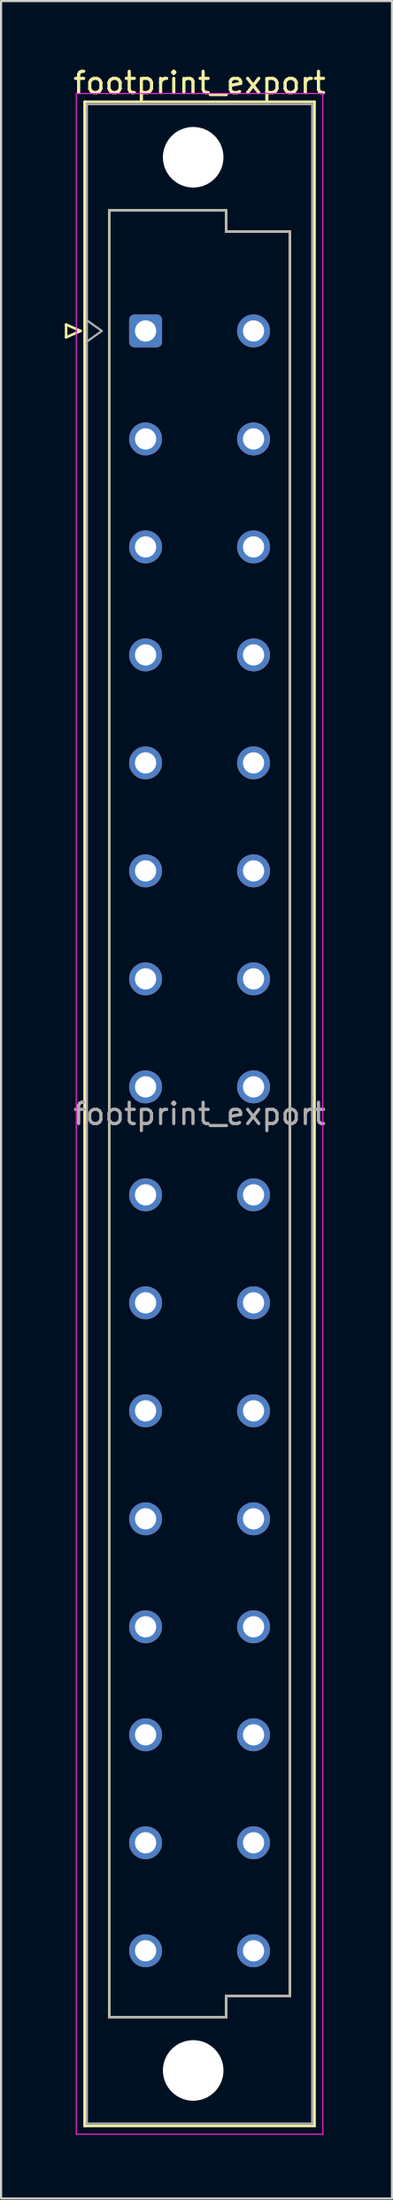
<source format=kicad_pcb>
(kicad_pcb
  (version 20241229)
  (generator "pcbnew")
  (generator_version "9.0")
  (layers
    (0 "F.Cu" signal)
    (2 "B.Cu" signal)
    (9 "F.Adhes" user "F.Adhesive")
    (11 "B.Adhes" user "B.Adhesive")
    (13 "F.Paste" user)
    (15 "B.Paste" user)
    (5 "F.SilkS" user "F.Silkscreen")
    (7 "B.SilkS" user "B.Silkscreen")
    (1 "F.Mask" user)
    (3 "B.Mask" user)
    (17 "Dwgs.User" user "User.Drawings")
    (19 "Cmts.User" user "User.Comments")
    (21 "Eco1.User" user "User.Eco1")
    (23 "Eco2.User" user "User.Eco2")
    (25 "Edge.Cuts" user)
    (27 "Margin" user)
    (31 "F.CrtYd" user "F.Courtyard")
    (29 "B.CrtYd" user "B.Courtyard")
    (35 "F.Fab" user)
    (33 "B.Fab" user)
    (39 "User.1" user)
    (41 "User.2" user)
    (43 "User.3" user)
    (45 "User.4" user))
  (footprint "footprint_export"
    (layer "F.Cu")
    (at 3.8 9.978)
    (property "Reference" "footprint_export" (at 2.54 -9.13 0) (layer "F.SilkS") (effects (font (size 1 1) (thickness 0.15))))
    (attr through_hole)
    (fp_line (start -3.74 2.24) (end -3.74 2.84) (stroke (width 0.12) (type solid)) (layer "F.SilkS"))
    (fp_line (start -3.74 2.84) (end -3.06 2.54) (stroke (width 0.12) (type solid)) (layer "F.SilkS"))
    (fp_line (start -3.06 2.54) (end -3.74 2.24) (stroke (width 0.12) (type solid)) (layer "F.SilkS"))
    (fp_line (start -2.87 -8.24) (end 7.95 -8.24) (stroke (width 0.12) (type solid)) (layer "F.SilkS"))
    (fp_line (start -2.87 86.98) (end -2.87 -8.24) (stroke (width 0.12) (type solid)) (layer "F.SilkS"))
    (fp_line (start -1.71 -3.131) (end 3.79 -3.131) (stroke (width 0.12) (type solid)) (layer "F.SilkS"))
    (fp_line (start -1.71 81.87) (end -1.71 -3.131) (stroke (width 0.12) (type solid)) (layer "F.SilkS"))
    (fp_line (start 3.79 -3.131) (end 3.79 -2.131) (stroke (width 0.12) (type solid)) (layer "F.SilkS"))
    (fp_line (start 3.79 -2.131) (end 6.79 -2.131) (stroke (width 0.12) (type solid)) (layer "F.SilkS"))
    (fp_line (start 3.79 80.87) (end 3.79 81.87) (stroke (width 0.12) (type solid)) (layer "F.SilkS"))
    (fp_line (start 3.79 81.87) (end -1.71 81.87) (stroke (width 0.12) (type solid)) (layer "F.SilkS"))
    (fp_line (start 6.79 -2.131) (end 6.79 80.87) (stroke (width 0.12) (type solid)) (layer "F.SilkS"))
    (fp_line (start 6.79 80.87) (end 3.79 80.87) (stroke (width 0.12) (type solid)) (layer "F.SilkS"))
    (fp_line (start 7.95 -8.24) (end 7.95 86.98) (stroke (width 0.12) (type solid)) (layer "F.SilkS"))
    (fp_line (start 7.95 86.98) (end -2.87 86.98) (stroke (width 0.12) (type solid)) (layer "F.SilkS"))
    (fp_line (start -3.26 -8.63) (end 8.34 -8.63) (stroke (width 0.05) (type solid)) (layer "F.CrtYd"))
    (fp_line (start -3.26 87.37) (end -3.26 -8.63) (stroke (width 0.05) (type solid)) (layer "F.CrtYd"))
    (fp_line (start 8.34 -8.63) (end 8.34 87.37) (stroke (width 0.05) (type solid)) (layer "F.CrtYd"))
    (fp_line (start 8.34 87.37) (end -3.26 87.37) (stroke (width 0.05) (type solid)) (layer "F.CrtYd"))
    (fp_line (start -2.76 -8.13) (end 7.84 -8.13) (stroke (width 0.1) (type solid)) (layer "F.Fab"))
    (fp_line (start -2.76 2.04) (end -2.06 2.54) (stroke (width 0.1) (type solid)) (layer "F.Fab"))
    (fp_line (start -2.76 86.87) (end -2.76 -8.13) (stroke (width 0.1) (type solid)) (layer "F.Fab"))
    (fp_line (start -2.06 2.54) (end -2.76 3.04) (stroke (width 0.1) (type solid)) (layer "F.Fab"))
    (fp_line (start -1.71 -3.13) (end 3.79 -3.13) (stroke (width 0.1) (type solid)) (layer "F.Fab"))
    (fp_line (start -1.71 81.87) (end -1.71 -3.13) (stroke (width 0.1) (type solid)) (layer "F.Fab"))
    (fp_line (start 3.79 -3.13) (end 3.79 -2.13) (stroke (width 0.1) (type solid)) (layer "F.Fab"))
    (fp_line (start 3.79 -2.13) (end 6.79 -2.13) (stroke (width 0.1) (type solid)) (layer "F.Fab"))
    (fp_line (start 3.79 80.87) (end 3.79 81.87) (stroke (width 0.1) (type solid)) (layer "F.Fab"))
    (fp_line (start 3.79 81.87) (end -1.71 81.87) (stroke (width 0.1) (type solid)) (layer "F.Fab"))
    (fp_line (start 6.79 -2.13) (end 6.79 80.87) (stroke (width 0.1) (type solid)) (layer "F.Fab"))
    (fp_line (start 6.79 80.87) (end 3.79 80.87) (stroke (width 0.1) (type solid)) (layer "F.Fab"))
    (fp_line (start 7.84 -8.13) (end 7.84 86.87) (stroke (width 0.1) (type solid)) (layer "F.Fab"))
    (fp_line (start 7.84 86.87) (end -2.76 86.87) (stroke (width 0.1) (type solid)) (layer "F.Fab"))
    (fp_text user "${REFERENCE}" (at 2.54 39.37 0) (layer "F.Fab") (effects (font (size 1 1) (thickness 0.15))))
    (pad "" np_thru_hole circle (at 2.24 -5.63) (size 2.85 2.85) (drill 2.85) (layers "*.Cu" "*.Mask"))
    (pad "" np_thru_hole circle (at 2.24 84.37) (size 2.85 2.85) (drill 2.85) (layers "*.Cu" "*.Mask"))
    (pad "a2" thru_hole roundrect (at 0 2.54) (size 1.55 1.55) (drill 1) (layers "*.Cu" "*.Mask") (roundrect_rratio 0.161))
    (pad "a4" thru_hole circle (at 0 7.62) (size 1.55 1.55) (drill 1) (layers "*.Cu" "*.Mask"))
    (pad "a6" thru_hole circle (at 0 12.7) (size 1.55 1.55) (drill 1) (layers "*.Cu" "*.Mask"))
    (pad "a8" thru_hole circle (at 0 17.78) (size 1.55 1.55) (drill 1) (layers "*.Cu" "*.Mask"))
    (pad "a10" thru_hole circle (at 0 22.86) (size 1.55 1.55) (drill 1) (layers "*.Cu" "*.Mask"))
    (pad "a12" thru_hole circle (at 0 27.94) (size 1.55 1.55) (drill 1) (layers "*.Cu" "*.Mask"))
    (pad "a14" thru_hole circle (at 0 33.02) (size 1.55 1.55) (drill 1) (layers "*.Cu" "*.Mask"))
    (pad "a16" thru_hole circle (at 0 38.1) (size 1.55 1.55) (drill 1) (layers "*.Cu" "*.Mask"))
    (pad "a18" thru_hole circle (at 0 43.18) (size 1.55 1.55) (drill 1) (layers "*.Cu" "*.Mask"))
    (pad "a20" thru_hole circle (at 0 48.26) (size 1.55 1.55) (drill 1) (layers "*.Cu" "*.Mask"))
    (pad "a22" thru_hole circle (at 0 53.34) (size 1.55 1.55) (drill 1) (layers "*.Cu" "*.Mask"))
    (pad "a24" thru_hole circle (at 0 58.42) (size 1.55 1.55) (drill 1) (layers "*.Cu" "*.Mask"))
    (pad "a26" thru_hole circle (at 0 63.5) (size 1.55 1.55) (drill 1) (layers "*.Cu" "*.Mask"))
    (pad "a28" thru_hole circle (at 0 68.58) (size 1.55 1.55) (drill 1) (layers "*.Cu" "*.Mask"))
    (pad "a30" thru_hole circle (at 0 73.66) (size 1.55 1.55) (drill 1) (layers "*.Cu" "*.Mask"))
    (pad "a32" thru_hole circle (at 0 78.74) (size 1.55 1.55) (drill 1) (layers "*.Cu" "*.Mask"))
    (pad "c2" thru_hole circle (at 5.08 2.54) (size 1.55 1.55) (drill 1) (layers "*.Cu" "*.Mask"))
    (pad "c4" thru_hole circle (at 5.08 7.62) (size 1.55 1.55) (drill 1) (layers "*.Cu" "*.Mask"))
    (pad "c6" thru_hole circle (at 5.08 12.7) (size 1.55 1.55) (drill 1) (layers "*.Cu" "*.Mask"))
    (pad "c8" thru_hole circle (at 5.08 17.78) (size 1.55 1.55) (drill 1) (layers "*.Cu" "*.Mask"))
    (pad "c10" thru_hole circle (at 5.08 22.86) (size 1.55 1.55) (drill 1) (layers "*.Cu" "*.Mask"))
    (pad "c12" thru_hole circle (at 5.08 27.94) (size 1.55 1.55) (drill 1) (layers "*.Cu" "*.Mask"))
    (pad "c14" thru_hole circle (at 5.08 33.02) (size 1.55 1.55) (drill 1) (layers "*.Cu" "*.Mask"))
    (pad "c16" thru_hole circle (at 5.08 38.1) (size 1.55 1.55) (drill 1) (layers "*.Cu" "*.Mask"))
    (pad "c18" thru_hole circle (at 5.08 43.18) (size 1.55 1.55) (drill 1) (layers "*.Cu" "*.Mask"))
    (pad "c20" thru_hole circle (at 5.08 48.26) (size 1.55 1.55) (drill 1) (layers "*.Cu" "*.Mask"))
    (pad "c22" thru_hole circle (at 5.08 53.34) (size 1.55 1.55) (drill 1) (layers "*.Cu" "*.Mask"))
    (pad "c24" thru_hole circle (at 5.08 58.42) (size 1.55 1.55) (drill 1) (layers "*.Cu" "*.Mask"))
    (pad "c26" thru_hole circle (at 5.08 63.5) (size 1.55 1.55) (drill 1) (layers "*.Cu" "*.Mask"))
    (pad "c28" thru_hole circle (at 5.08 68.58) (size 1.55 1.55) (drill 1) (layers "*.Cu" "*.Mask"))
    (pad "c30" thru_hole circle (at 5.08 73.66) (size 1.55 1.55) (drill 1) (layers "*.Cu" "*.Mask"))
    (pad "c32" thru_hole circle (at 5.08 78.74) (size 1.55 1.55) (drill 1) (layers "*.Cu" "*.Mask")))
  (gr_rect
    (start -3 -3)
    (end 15.394 100.373)
    (stroke (width 0.1) (type default))
    (fill no)
    (layer "Edge.Cuts")))
</source>
